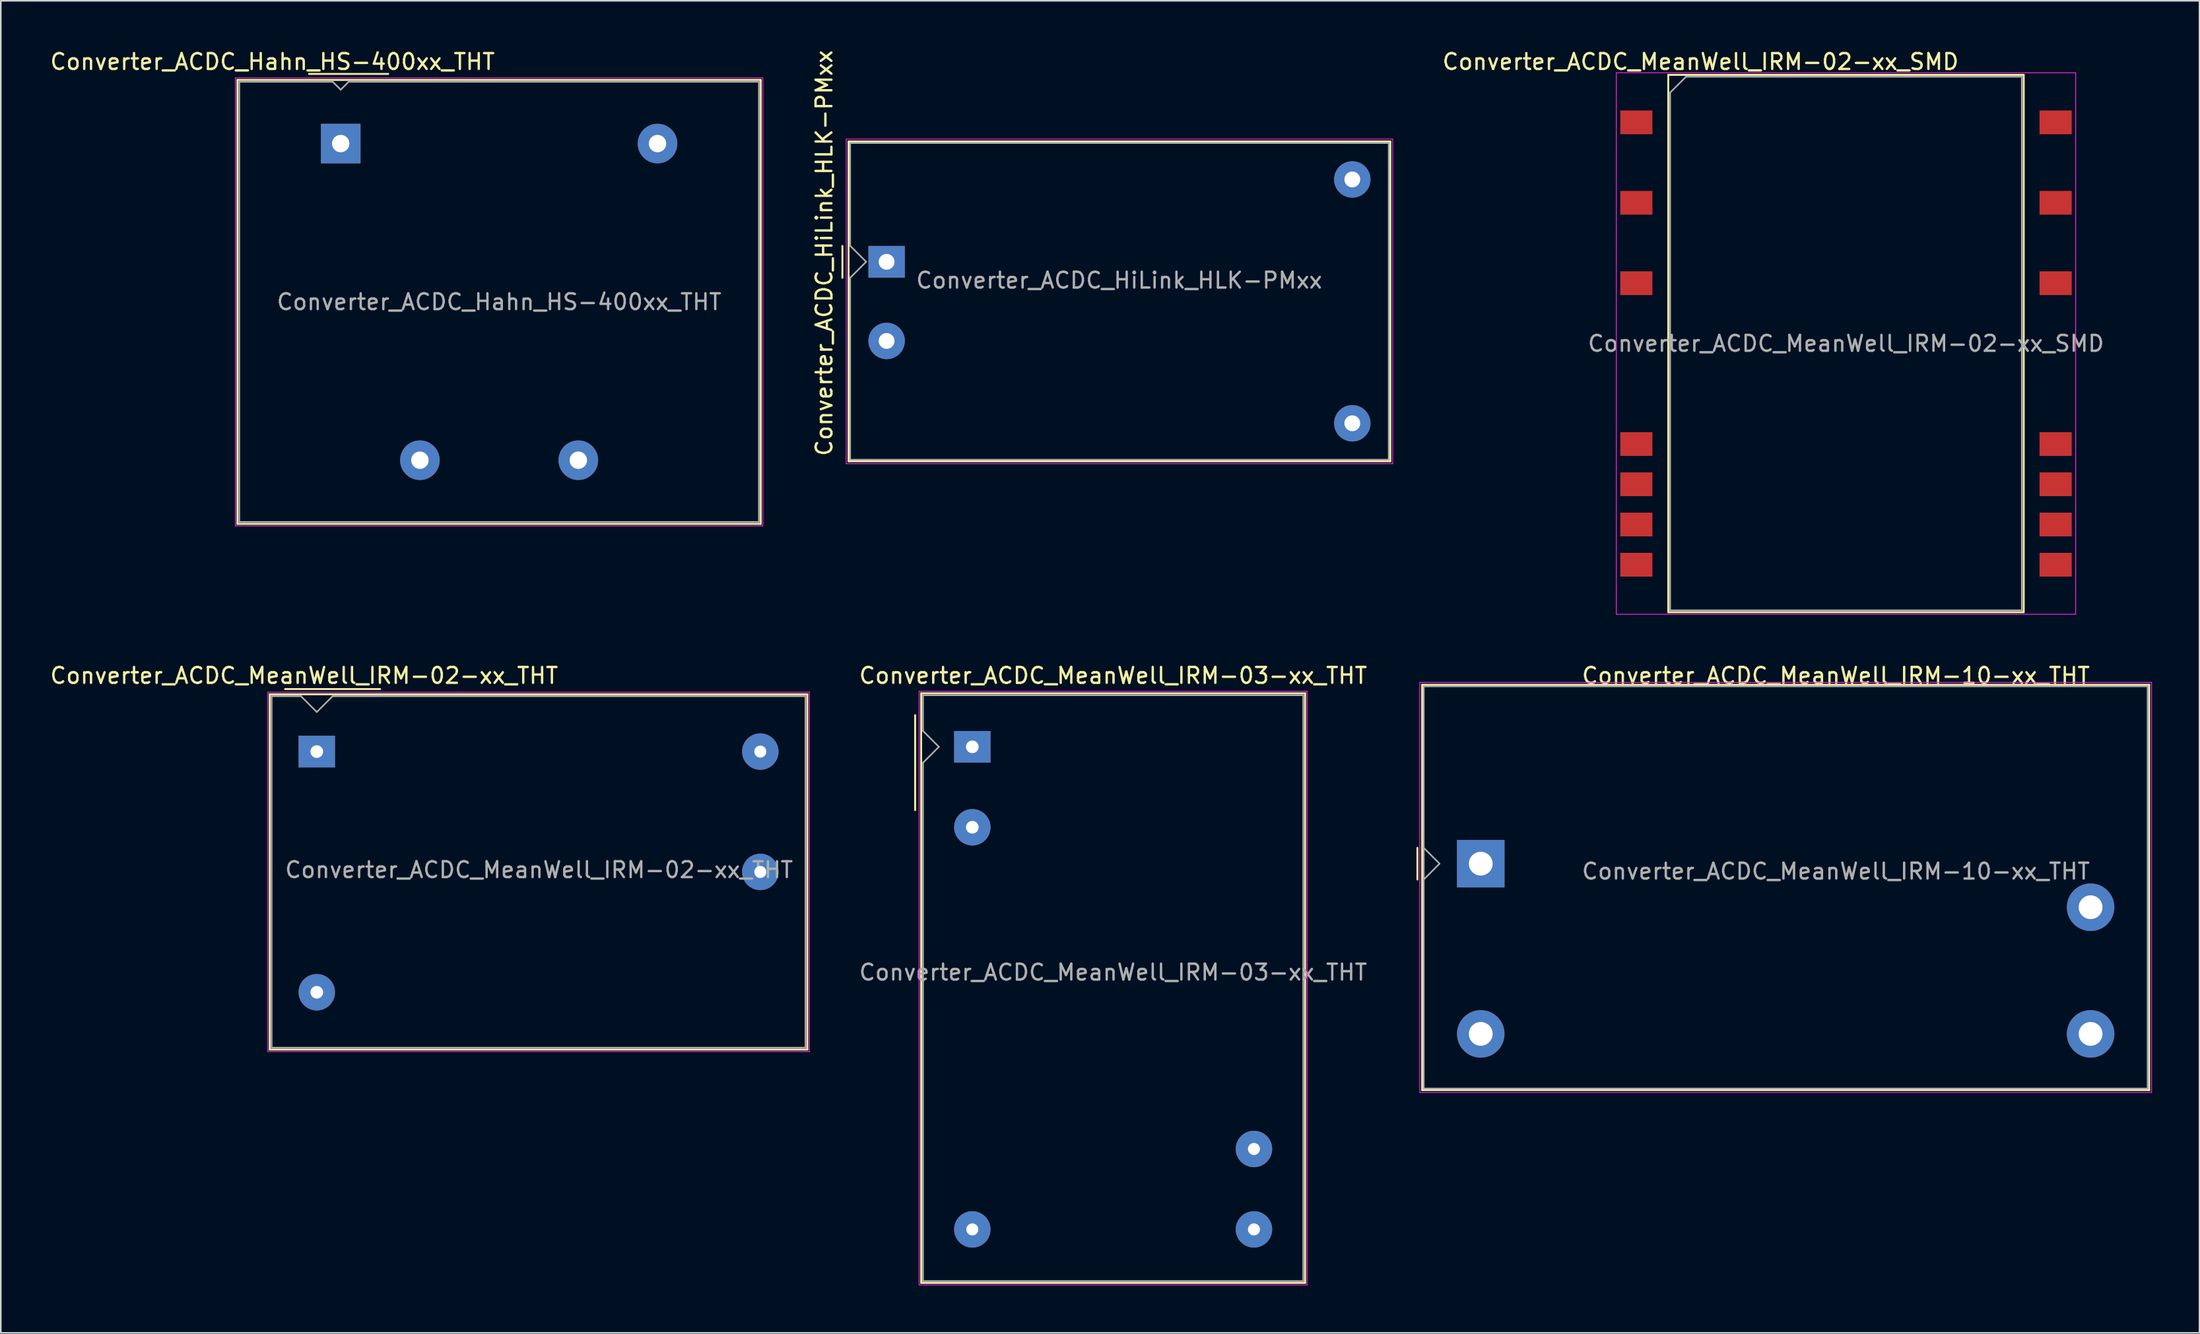
<source format=kicad_pcb>
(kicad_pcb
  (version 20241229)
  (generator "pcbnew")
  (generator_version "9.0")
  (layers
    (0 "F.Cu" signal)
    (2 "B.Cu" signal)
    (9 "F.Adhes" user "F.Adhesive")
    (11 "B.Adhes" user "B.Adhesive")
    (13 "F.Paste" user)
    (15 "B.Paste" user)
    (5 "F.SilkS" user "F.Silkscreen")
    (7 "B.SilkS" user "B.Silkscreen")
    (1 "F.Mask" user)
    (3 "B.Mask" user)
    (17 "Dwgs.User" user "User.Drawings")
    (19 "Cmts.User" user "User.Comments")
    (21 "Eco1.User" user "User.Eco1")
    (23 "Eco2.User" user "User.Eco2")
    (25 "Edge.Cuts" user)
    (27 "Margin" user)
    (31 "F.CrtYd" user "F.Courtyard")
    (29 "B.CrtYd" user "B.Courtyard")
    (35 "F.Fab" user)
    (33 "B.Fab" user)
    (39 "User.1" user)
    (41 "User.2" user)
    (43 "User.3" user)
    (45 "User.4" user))
  (footprint "Converter_ACDC_MeanWell_IRM-03-xx_THT"
    (layer "F.Cu")
    (at 58.333 44.121)
    (property "Reference" "Converter_ACDC_MeanWell_IRM-03-xx_THT" (at 8.89 -4.5 0) (layer "F.SilkS") (effects (font (size 1 1) (thickness 0.15))))
    (attr through_hole)
    (fp_line (start -3.61 -2) (end -3.61 4) (stroke (width 0.12) (type solid)) (layer "F.SilkS"))
    (fp_line (start -3.23 -3.38) (end -3.23 33.86) (stroke (width 0.12) (type solid)) (layer "F.SilkS"))
    (fp_line (start -3.23 33.86) (end 21.01 33.86) (stroke (width 0.12) (type solid)) (layer "F.SilkS"))
    (fp_line (start 21.01 -3.38) (end -3.23 -3.38) (stroke (width 0.12) (type solid)) (layer "F.SilkS"))
    (fp_line (start 21.01 -3.38) (end 21.01 33.86) (stroke (width 0.12) (type solid)) (layer "F.SilkS"))
    (fp_line (start -3.36 -3.51) (end -3.36 33.99) (stroke (width 0.05) (type solid)) (layer "F.CrtYd"))
    (fp_line (start 21.14 -3.51) (end -3.36 -3.51) (stroke (width 0.05) (type solid)) (layer "F.CrtYd"))
    (fp_line (start 21.14 -3.51) (end 21.14 33.99) (stroke (width 0.05) (type solid)) (layer "F.CrtYd"))
    (fp_line (start 21.14 33.99) (end -3.36 33.99) (stroke (width 0.05) (type solid)) (layer "F.CrtYd"))
    (fp_line (start -3.11 -1) (end -3.11 -3.26) (stroke (width 0.1) (type solid)) (layer "F.Fab"))
    (fp_line (start -3.11 1) (end -3.11 33.74) (stroke (width 0.1) (type solid)) (layer "F.Fab"))
    (fp_line (start -3.11 1) (end -2.11 0) (stroke (width 0.1) (type solid)) (layer "F.Fab"))
    (fp_line (start -2.11 0) (end -3.11 -1) (stroke (width 0.1) (type solid)) (layer "F.Fab"))
    (fp_line (start 20.89 -3.26) (end -3.11 -3.26) (stroke (width 0.1) (type solid)) (layer "F.Fab"))
    (fp_line (start 20.89 -3.26) (end 20.89 33.74) (stroke (width 0.1) (type solid)) (layer "F.Fab"))
    (fp_line (start 20.89 33.74) (end -3.11 33.74) (stroke (width 0.1) (type solid)) (layer "F.Fab"))
    (fp_text user "${REFERENCE}" (at 8.89 14.24 0) (layer "F.Fab") (effects (font (size 1 1) (thickness 0.15))))
    (pad "1" thru_hole rect (at 0 0) (size 2.3 2) (drill 0.8) (layers "*.Cu" "*.Mask"))
    (pad "3" thru_hole circle (at 0 5.08) (size 2.3 2.3) (drill 0.8) (layers "*.Cu" "*.Mask"))
    (pad "5" thru_hole circle (at 0 30.48) (size 2.3 2.3) (drill 0.76) (layers "*.Cu" "*.Mask"))
    (pad "14" thru_hole circle (at 17.78 30.48) (size 2.3 2.3) (drill 0.76) (layers "*.Cu" "*.Mask"))
    (pad "16" thru_hole circle (at 17.78 25.4) (size 2.3 2.3) (drill 0.76) (layers "*.Cu" "*.Mask")))
  (footprint "Converter_ACDC_MeanWell_IRM-10-xx_THT"
    (layer "F.Cu")
    (at 90.431 51.502)
    (property "Reference" "Converter_ACDC_MeanWell_IRM-10-xx_THT" (at 22.42 -11.88 0) (layer "F.SilkS") (effects (font (size 1 1) (thickness 0.15))))
    (attr through_hole)
    (fp_line (start -4 -1) (end -4 1) (stroke (width 0.12) (type solid)) (layer "F.SilkS"))
    (fp_line (start -3.7 -11.3) (end -3.7 14.3) (stroke (width 0.12) (type solid)) (layer "F.SilkS"))
    (fp_line (start -3.7 -11.3) (end 42.2 -11.3) (stroke (width 0.12) (type solid)) (layer "F.SilkS"))
    (fp_line (start -3.7 14.3) (end 42.2 14.3) (stroke (width 0.12) (type solid)) (layer "F.SilkS"))
    (fp_line (start 42.2 -11.3) (end 42.2 14.3) (stroke (width 0.12) (type solid)) (layer "F.SilkS"))
    (fp_line (start -3.85 -11.45) (end -3.85 14.45) (stroke (width 0.05) (type solid)) (layer "F.CrtYd"))
    (fp_line (start -3.85 -11.45) (end 42.35 -11.45) (stroke (width 0.05) (type solid)) (layer "F.CrtYd"))
    (fp_line (start -3.85 14.45) (end 42.35 14.45) (stroke (width 0.05) (type solid)) (layer "F.CrtYd"))
    (fp_line (start 42.35 -11.45) (end 42.35 14.45) (stroke (width 0.05) (type solid)) (layer "F.CrtYd"))
    (fp_line (start -3.6 -11.2) (end -3.6 14.2) (stroke (width 0.1) (type solid)) (layer "F.Fab"))
    (fp_line (start -3.6 -1) (end -2.6 0) (stroke (width 0.1) (type solid)) (layer "F.Fab"))
    (fp_line (start -3.6 1) (end -2.6 0) (stroke (width 0.1) (type solid)) (layer "F.Fab"))
    (fp_line (start -3.6 14.2) (end 42.1 14.2) (stroke (width 0.1) (type solid)) (layer "F.Fab"))
    (fp_line (start 42.1 -11.2) (end -3.6 -11.2) (stroke (width 0.1) (type solid)) (layer "F.Fab"))
    (fp_line (start 42.1 -11.2) (end 42.1 14.2) (stroke (width 0.1) (type solid)) (layer "F.Fab"))
    (fp_text user "${REFERENCE}" (at 22.42 0.48 0) (layer "F.Fab") (effects (font (size 1 1) (thickness 0.15))))
    (pad "1" thru_hole rect (at 0 0) (size 3 3) (drill 1.5) (layers "*.Cu" "*.Mask"))
    (pad "2" thru_hole circle (at 0 10.75) (size 3 3) (drill 1.5) (layers "*.Cu" "*.Mask"))
    (pad "3" thru_hole circle (at 38.5 10.75) (size 3 3) (drill 1.5) (layers "*.Cu" "*.Mask"))
    (pad "4" thru_hole circle (at 38.5 2.75) (size 3 3) (drill 1.5) (layers "*.Cu" "*.Mask")))
  (footprint "Converter_ACDC_HiLink_HLK-PMxx"
    (layer "F.Cu")
    (at 52.922 13.485)
    (property "Reference" "Converter_ACDC_HiLink_HLK-PMxx" (at -3.94 -0.55 90) (layer "F.SilkS") (effects (font (size 1 1) (thickness 0.15))))
    (attr through_hole)
    (fp_line (start -2.79 -1) (end -2.79 1.01) (stroke (width 0.12) (type solid)) (layer "F.SilkS"))
    (fp_line (start -2.4 -7.6) (end -2.4 12.6) (stroke (width 0.12) (type solid)) (layer "F.SilkS"))
    (fp_line (start -2.4 12.6) (end 31.8 12.6) (stroke (width 0.12) (type solid)) (layer "F.SilkS"))
    (fp_line (start 31.8 -7.6) (end -2.4 -7.6) (stroke (width 0.12) (type solid)) (layer "F.SilkS"))
    (fp_line (start 31.8 12.6) (end 31.8 -7.6) (stroke (width 0.12) (type solid)) (layer "F.SilkS"))
    (fp_line (start -2.55 -7.75) (end -2.55 12.75) (stroke (width 0.05) (type solid)) (layer "F.CrtYd"))
    (fp_line (start -2.55 12.75) (end 31.95 12.75) (stroke (width 0.05) (type solid)) (layer "F.CrtYd"))
    (fp_line (start 31.95 -7.75) (end -2.55 -7.75) (stroke (width 0.05) (type solid)) (layer "F.CrtYd"))
    (fp_line (start 31.95 12.75) (end 31.95 -7.75) (stroke (width 0.05) (type solid)) (layer "F.CrtYd"))
    (fp_line (start -2.3 -7.5) (end 31.7 -7.5) (stroke (width 0.1) (type solid)) (layer "F.Fab"))
    (fp_line (start -2.3 -1) (end -2.3 -7.5) (stroke (width 0.1) (type solid)) (layer "F.Fab"))
    (fp_line (start -2.3 12.5) (end -2.3 0.99) (stroke (width 0.1) (type solid)) (layer "F.Fab"))
    (fp_line (start -2.3 12.5) (end 31.7 12.5) (stroke (width 0.1) (type solid)) (layer "F.Fab"))
    (fp_line (start -2.29 -1) (end -1.29 0) (stroke (width 0.1) (type solid)) (layer "F.Fab"))
    (fp_line (start -1.29 0) (end -2.29 1) (stroke (width 0.1) (type solid)) (layer "F.Fab"))
    (fp_line (start 31.7 12.5) (end 31.7 -7.5) (stroke (width 0.1) (type solid)) (layer "F.Fab"))
    (fp_text user "${REFERENCE}" (at 14.68 1.17 0) (layer "F.Fab") (effects (font (size 1 1) (thickness 0.15))))
    (pad "1" thru_hole rect (at 0 0) (size 2.3 2) (drill 1) (layers "*.Cu" "*.Mask"))
    (pad "2" thru_hole circle (at 0 5) (size 2.3 2.3) (drill 1) (layers "*.Cu" "*.Mask"))
    (pad "3" thru_hole circle (at 29.4 -5.2) (size 2.3 2.3) (drill 1) (layers "*.Cu" "*.Mask"))
    (pad "4" thru_hole circle (at 29.4 10.2) (size 2.3 2.3) (drill 1) (layers "*.Cu" "*.Mask")))
  (footprint "Converter_ACDC_MeanWell_IRM-02-xx_SMD"
    (layer "F.Cu")
    (at 113.488 18.648)
    (property "Reference" "Converter_ACDC_MeanWell_IRM-02-xx_SMD" (at -9.18 -17.8 0) (layer "F.SilkS") (effects (font (size 1 1) (thickness 0.15))))
    (attr smd)
    (fp_line (start -11.22 -16.97) (end 11.22 -16.97) (stroke (width 0.12) (type solid)) (layer "F.SilkS"))
    (fp_line (start -11.22 16.97) (end -11.22 -16.97) (stroke (width 0.12) (type solid)) (layer "F.SilkS"))
    (fp_line (start 11.22 -16.97) (end 11.22 16.97) (stroke (width 0.12) (type solid)) (layer "F.SilkS"))
    (fp_line (start 11.22 16.97) (end -11.22 16.97) (stroke (width 0.12) (type solid)) (layer "F.SilkS"))
    (fp_line (start -14.5 -17.1) (end -14.5 17.1) (stroke (width 0.05) (type solid)) (layer "F.CrtYd"))
    (fp_line (start -14.5 17.1) (end 14.5 17.1) (stroke (width 0.05) (type solid)) (layer "F.CrtYd"))
    (fp_line (start 14.5 -17.1) (end -14.5 -17.1) (stroke (width 0.05) (type solid)) (layer "F.CrtYd"))
    (fp_line (start 14.5 -17.1) (end 14.5 17.1) (stroke (width 0.05) (type solid)) (layer "F.CrtYd"))
    (fp_line (start -11.1 -15.85) (end -11.1 16.85) (stroke (width 0.1) (type solid)) (layer "F.Fab"))
    (fp_line (start -11.1 -15.85) (end -10.1 -16.85) (stroke (width 0.1) (type solid)) (layer "F.Fab"))
    (fp_line (start -11.1 16.85) (end 11.1 16.85) (stroke (width 0.1) (type solid)) (layer "F.Fab"))
    (fp_line (start 11.1 -16.85) (end -10.1 -16.85) (stroke (width 0.1) (type solid)) (layer "F.Fab"))
    (fp_line (start 11.1 16.85) (end 11.1 -16.85) (stroke (width 0.1) (type solid)) (layer "F.Fab"))
    (fp_text user "${REFERENCE}" (at 0 0 0) (layer "F.Fab") (effects (font (size 1 1) (thickness 0.15))))
    (pad "1" smd rect (at -13.235 -13.97 270) (size 1.5 2.03) (layers "F.Cu" "F.Mask" "F.Paste"))
    (pad "3" smd rect (at -13.235 -8.89 270) (size 1.5 2.03) (layers "F.Cu" "F.Mask" "F.Paste"))
    (pad "5" smd rect (at -13.235 -3.81 270) (size 1.5 2.03) (layers "F.Cu" "F.Mask" "F.Paste"))
    (pad "9" smd rect (at -13.235 6.35 270) (size 1.5 2.03) (layers "F.Cu" "F.Mask" "F.Paste"))
    (pad "10" smd rect (at -13.235 8.89 270) (size 1.5 2.03) (layers "F.Cu" "F.Mask" "F.Paste"))
    (pad "11" smd rect (at -13.235 11.43 270) (size 1.5 2.03) (layers "F.Cu" "F.Mask" "F.Paste"))
    (pad "12" smd rect (at -13.235 13.97 270) (size 1.5 2.03) (layers "F.Cu" "F.Mask" "F.Paste"))
    (pad "13" smd rect (at 13.235 13.97 270) (size 1.5 2.03) (layers "F.Cu" "F.Mask" "F.Paste"))
    (pad "14" smd rect (at 13.235 11.43 270) (size 1.5 2.03) (layers "F.Cu" "F.Mask" "F.Paste"))
    (pad "15" smd rect (at 13.235 8.89 270) (size 1.5 2.03) (layers "F.Cu" "F.Mask" "F.Paste"))
    (pad "16" smd rect (at 13.235 6.35 270) (size 1.5 2.03) (layers "F.Cu" "F.Mask" "F.Paste"))
    (pad "20" smd rect (at 13.235 -3.81 270) (size 1.5 2.03) (layers "F.Cu" "F.Mask" "F.Paste"))
    (pad "22" smd rect (at 13.235 -8.89 270) (size 1.5 2.03) (layers "F.Cu" "F.Mask" "F.Paste"))
    (pad "24" smd rect (at 13.235 -13.97 270) (size 1.5 2.03) (layers "F.Cu" "F.Mask" "F.Paste")))
  (footprint "Converter_ACDC_MeanWell_IRM-02-xx_THT"
    (layer "F.Cu")
    (at 16.949 44.422)
    (property "Reference" "Converter_ACDC_MeanWell_IRM-02-xx_THT" (at -0.8 -4.8 0) (layer "F.SilkS") (effects (font (size 1 1) (thickness 0.15))))
    (attr through_hole)
    (fp_line (start -2.97 -3.62) (end 30.97 -3.62) (stroke (width 0.12) (type solid)) (layer "F.SilkS"))
    (fp_line (start -2.97 18.82) (end -2.97 -3.62) (stroke (width 0.12) (type solid)) (layer "F.SilkS"))
    (fp_line (start -2.97 18.82) (end 30.97 18.82) (stroke (width 0.12) (type solid)) (layer "F.SilkS"))
    (fp_line (start -2 -3.95) (end 4 -3.95) (stroke (width 0.12) (type solid)) (layer "F.SilkS"))
    (fp_line (start 30.97 -3.62) (end 30.97 18.82) (stroke (width 0.12) (type solid)) (layer "F.SilkS"))
    (fp_line (start -3.1 -3.75) (end 31.1 -3.75) (stroke (width 0.05) (type solid)) (layer "F.CrtYd"))
    (fp_line (start -3.1 18.95) (end -3.1 -3.75) (stroke (width 0.05) (type solid)) (layer "F.CrtYd"))
    (fp_line (start -3.1 18.95) (end 31.1 18.95) (stroke (width 0.05) (type solid)) (layer "F.CrtYd"))
    (fp_line (start 31.1 18.95) (end 31.1 -3.75) (stroke (width 0.05) (type solid)) (layer "F.CrtYd"))
    (fp_line (start -2.85 18.7) (end -2.85 -3.5) (stroke (width 0.1) (type solid)) (layer "F.Fab"))
    (fp_line (start -2.85 18.7) (end 30.85 18.7) (stroke (width 0.1) (type solid)) (layer "F.Fab"))
    (fp_line (start -1 -3.5) (end -2.85 -3.5) (stroke (width 0.1) (type solid)) (layer "F.Fab"))
    (fp_line (start 0 -2.5) (end -1 -3.5) (stroke (width 0.1) (type solid)) (layer "F.Fab"))
    (fp_line (start 1 -3.5) (end 0 -2.5) (stroke (width 0.1) (type solid)) (layer "F.Fab"))
    (fp_line (start 1 -3.5) (end 30.85 -3.5) (stroke (width 0.1) (type solid)) (layer "F.Fab"))
    (fp_line (start 30.85 18.7) (end 30.85 -3.5) (stroke (width 0.1) (type solid)) (layer "F.Fab"))
    (fp_text user "${REFERENCE}" (at 14.03 7.47 0) (layer "F.Fab") (effects (font (size 1 1) (thickness 0.15))))
    (pad "1" thru_hole rect (at 0 0) (size 2.3 2) (drill 0.8) (layers "*.Cu" "*.Mask"))
    (pad "2" thru_hole circle (at 0 15.2) (size 2.3 2.3) (drill 0.8) (layers "*.Cu" "*.Mask"))
    (pad "3" thru_hole circle (at 28 0) (size 2.3 2.3) (drill 0.76) (layers "*.Cu" "*.Mask"))
    (pad "4" thru_hole circle (at 28 7.6) (size 2.3 2.3) (drill 0.76) (layers "*.Cu" "*.Mask")))
  (footprint "Converter_ACDC_Hahn_HS-400xx_THT"
    (layer "F.Cu")
    (at 18.459 6.018)
    (property "Reference" "Converter_ACDC_Hahn_HS-400xx_THT" (at -4.31 -5.17 180) (layer "F.SilkS") (effects (font (size 1 1) (thickness 0.15))))
    (attr through_hole)
    (fp_line (start -6.52 -4.02) (end 26.52 -4.02) (stroke (width 0.12) (type solid)) (layer "F.SilkS"))
    (fp_line (start -6.52 24.02) (end -6.52 -4.02) (stroke (width 0.12) (type solid)) (layer "F.SilkS"))
    (fp_line (start -2 -4.4) (end 3 -4.4) (stroke (width 0.12) (type solid)) (layer "F.SilkS"))
    (fp_line (start 26.52 -4.02) (end 26.52 24.02) (stroke (width 0.12) (type solid)) (layer "F.SilkS"))
    (fp_line (start 26.52 24.02) (end -6.52 24.02) (stroke (width 0.12) (type solid)) (layer "F.SilkS"))
    (fp_line (start -6.65 -4.15) (end 26.65 -4.15) (stroke (width 0.05) (type solid)) (layer "F.CrtYd"))
    (fp_line (start -6.65 24.15) (end -6.65 -4.15) (stroke (width 0.05) (type solid)) (layer "F.CrtYd"))
    (fp_line (start 26.65 -4.15) (end 26.65 24.15) (stroke (width 0.05) (type solid)) (layer "F.CrtYd"))
    (fp_line (start 26.65 24.15) (end -6.65 24.15) (stroke (width 0.05) (type solid)) (layer "F.CrtYd"))
    (fp_line (start -6.4 -3.9) (end -6.4 23.9) (stroke (width 0.1) (type solid)) (layer "F.Fab"))
    (fp_line (start -6.4 -3.9) (end -0.5 -3.9) (stroke (width 0.1) (type solid)) (layer "F.Fab"))
    (fp_line (start -6.4 23.9) (end 26.4 23.9) (stroke (width 0.1) (type solid)) (layer "F.Fab"))
    (fp_line (start -0.5 -3.9) (end 0 -3.4) (stroke (width 0.1) (type solid)) (layer "F.Fab"))
    (fp_line (start 0 -3.4) (end 0.5 -3.9) (stroke (width 0.1) (type solid)) (layer "F.Fab"))
    (fp_line (start 0.5 -3.9) (end 26.4 -3.9) (stroke (width 0.1) (type solid)) (layer "F.Fab"))
    (fp_line (start 26.4 -3.9) (end 26.4 23.9) (stroke (width 0.1) (type solid)) (layer "F.Fab"))
    (fp_text user "${REFERENCE}" (at 10 10 0) (layer "F.Fab") (effects (font (size 1 1) (thickness 0.15))))
    (pad "1" thru_hole rect (at 0 0 270) (size 2.5 2.5) (drill 1.1) (layers "*.Cu" "*.Mask"))
    (pad "5" thru_hole circle (at 20 0 270) (size 2.5 2.5) (drill 1.1) (layers "*.Cu" "*.Mask"))
    (pad "7" thru_hole circle (at 15 20 270) (size 2.5 2.5) (drill 1.1) (layers "*.Cu" "*.Mask"))
    (pad "9" thru_hole circle (at 5 20 270) (size 2.5 2.5) (drill 1.1) (layers "*.Cu" "*.Mask")))
  (gr_rect
    (start -3 -3)
    (end 135.806 81.136)
    (stroke (width 0.1) (type default))
    (fill no)
    (layer "Edge.Cuts")))
</source>
